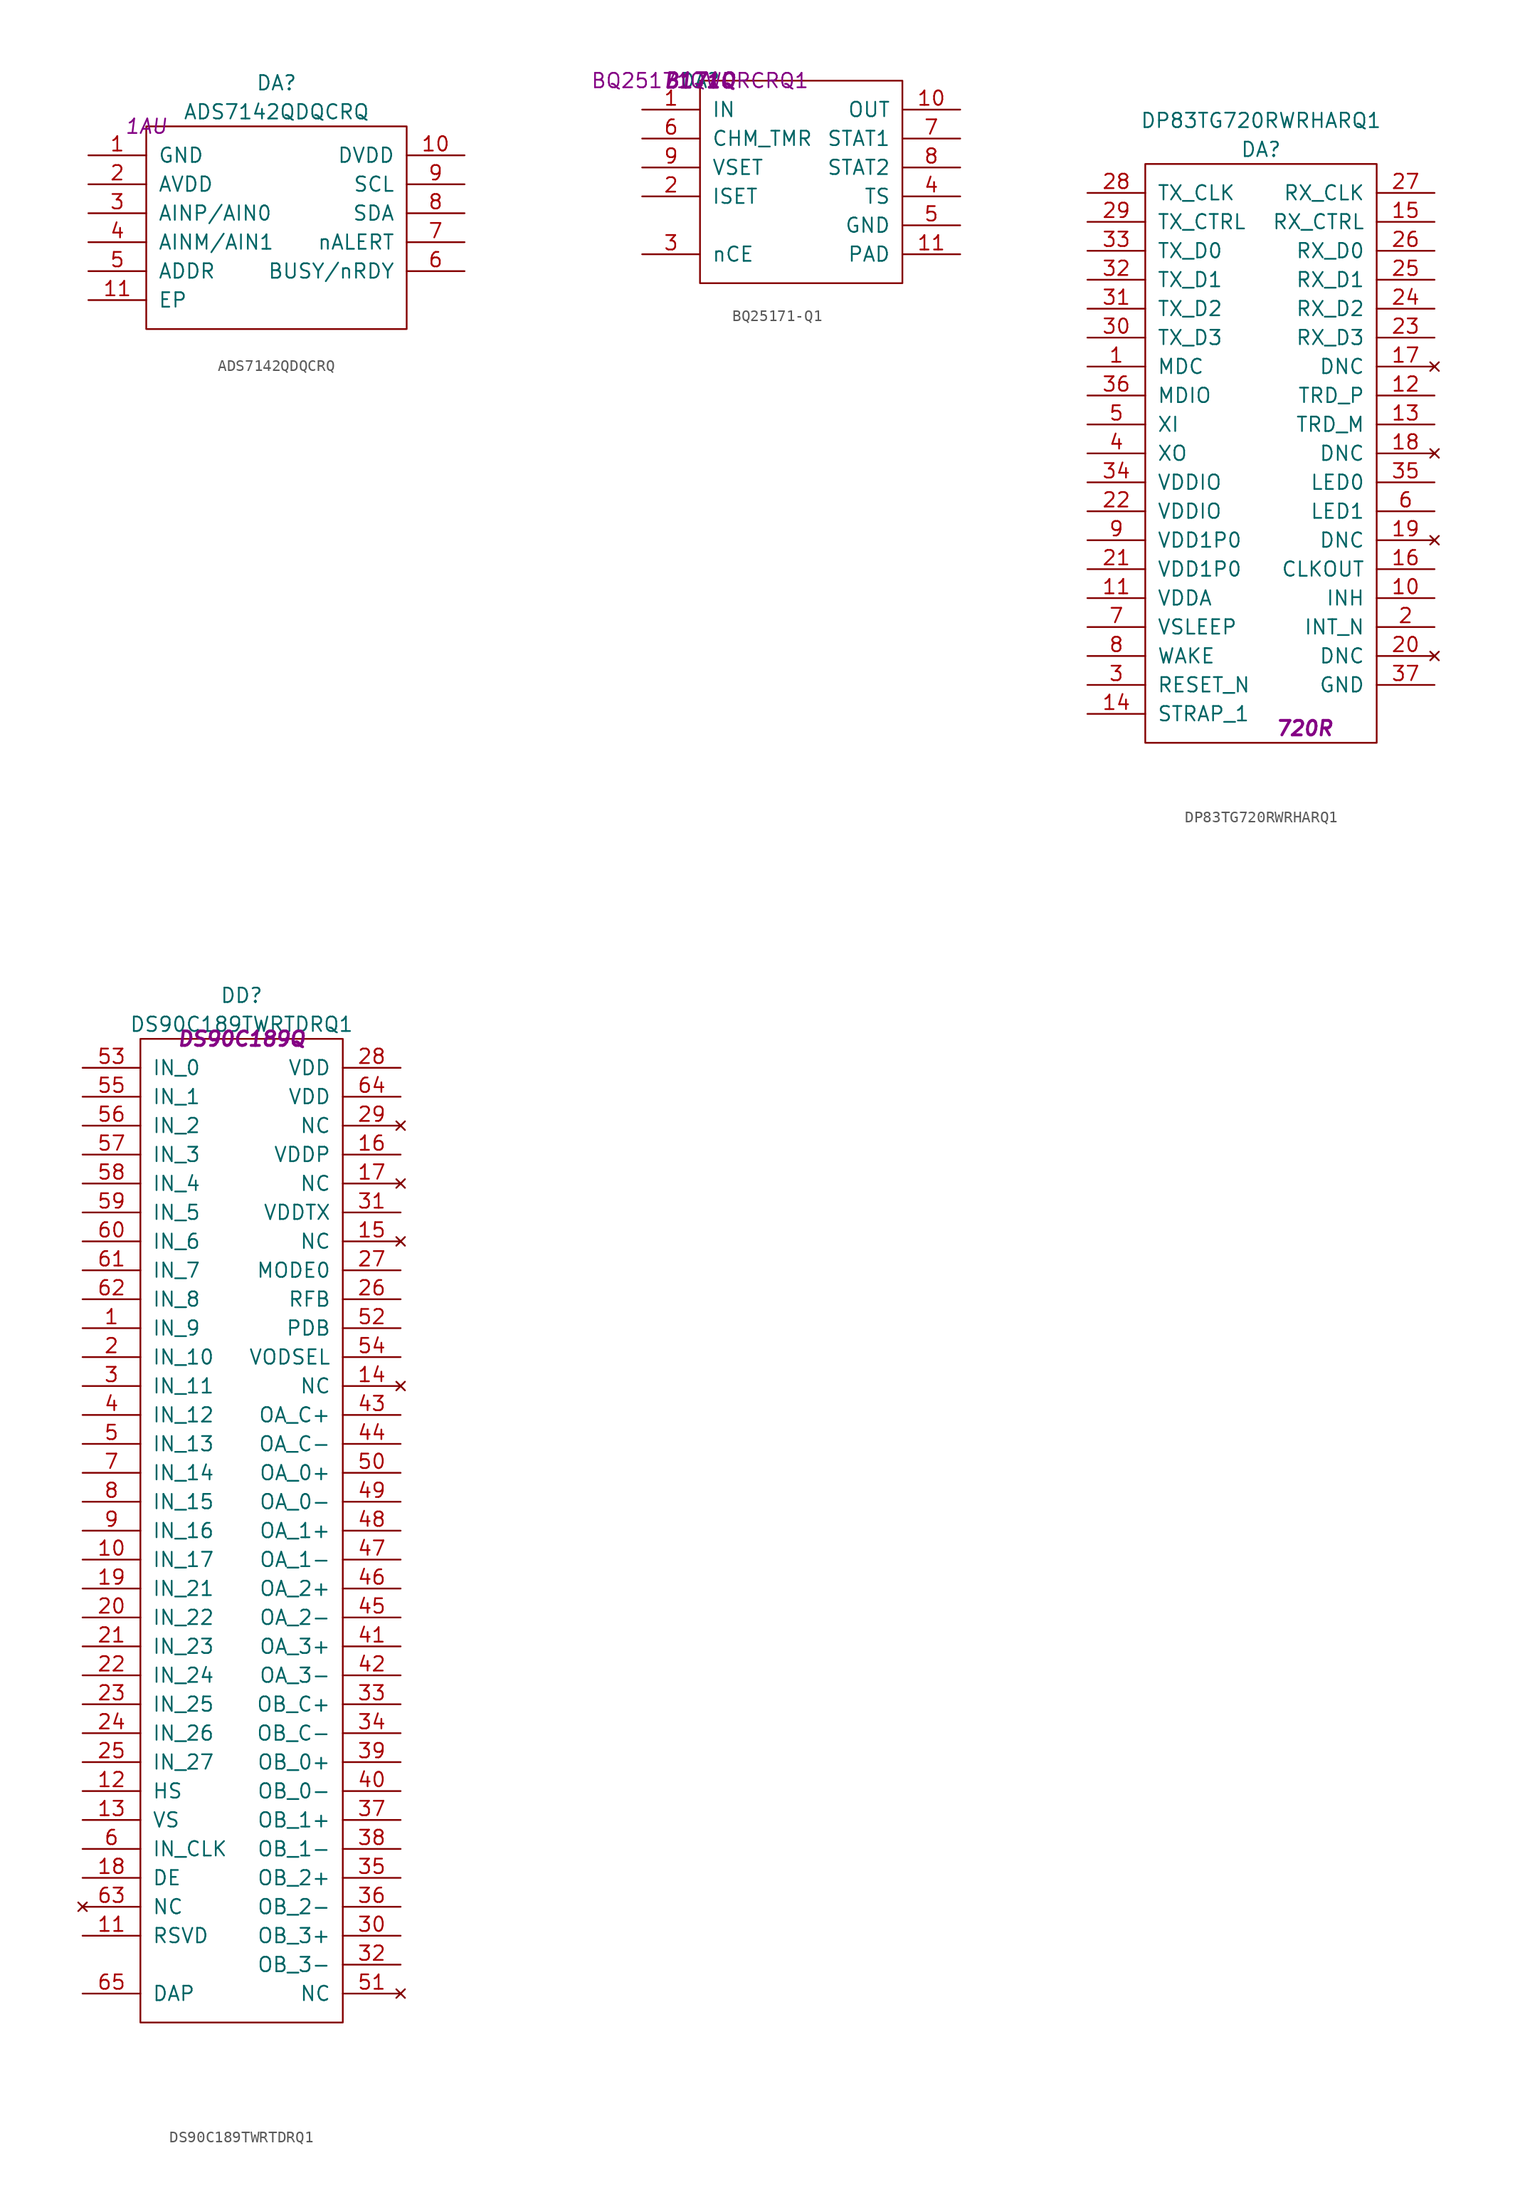
<source format=kicad_sym>
(kicad_symbol_lib
  (version 20211014)
  (generator kicad_symbol_editor)
  (symbol "ADS7142QDQCRQ"
    (pin_names
      (offset 1.016))
    (property "Reference" "DA"
      (at 11.43 3.81 0)
      (effects (font (size 1.27 1.27))))
    (property "Value" "ADS7142QDQCRQ"
      (at 11.43 1.27 0)
      (effects (font (size 1.27 1.27))))
    (property "Mark" "1AU"
      (at 0 0 0)
      (effects (font (size 1.27 1.27) italic)))
    (symbol "ADS7142QDQCRQ_0_1"
      (rectangle (start 0 0) (end 22.86 -17.78) (stroke (width 0) (type default) (color 0 0 0 0)) (fill (type none))))
    (symbol "ADS7142QDQCRQ_1_1"
      (pin passive line (at -5.08 -2.54 0) (length 5.08) (name "GND" (effects (font (size 1.27 1.27)))) (number "1" (effects (font (size 1.27 1.27)))))
      (pin passive line (at 27.94 -2.54 180) (length 5.08) (name "DVDD" (effects (font (size 1.27 1.27)))) (number "10" (effects (font (size 1.27 1.27)))))
      (pin passive line (at -5.08 -15.24 0) (length 5.08) (name "EP" (effects (font (size 1.27 1.27)))) (number "11" (effects (font (size 1.27 1.27)))))
      (pin passive line (at -5.08 -5.08 0) (length 5.08) (name "AVDD" (effects (font (size 1.27 1.27)))) (number "2" (effects (font (size 1.27 1.27)))))
      (pin passive line (at -5.08 -7.62 0) (length 5.08) (name "AINP/AIN0" (effects (font (size 1.27 1.27)))) (number "3" (effects (font (size 1.27 1.27)))))
      (pin passive line (at -5.08 -10.16 0) (length 5.08) (name "AINM/AIN1" (effects (font (size 1.27 1.27)))) (number "4" (effects (font (size 1.27 1.27)))))
      (pin passive line (at -5.08 -12.7 0) (length 5.08) (name "ADDR" (effects (font (size 1.27 1.27)))) (number "5" (effects (font (size 1.27 1.27)))))
      (pin passive line (at 27.94 -12.7 180) (length 5.08) (name "BUSY/nRDY" (effects (font (size 1.27 1.27)))) (number "6" (effects (font (size 1.27 1.27)))))
      (pin passive line (at 27.94 -10.16 180) (length 5.08) (name "nALERT" (effects (font (size 1.27 1.27)))) (number "7" (effects (font (size 1.27 1.27)))))
      (pin passive line (at 27.94 -7.62 180) (length 5.08) (name "SDA" (effects (font (size 1.27 1.27)))) (number "8" (effects (font (size 1.27 1.27)))))
      (pin passive line (at 27.94 -5.08 180) (length 5.08) (name "SCL" (effects (font (size 1.27 1.27)))) (number "9" (effects (font (size 1.27 1.27)))))))
  (symbol "BQ25171-Q1"
    (pin_names
      (offset 1.016))
    (property "Reference" "DA"
      (at 0 0 0)
      (effects (font (size 1.27 1.27))))
    (property "p/n" "BQ25171QWDRCRQ1"
      (at 0 0 0)
      (effects (font (size 1.27 1.27))))
    (property "Mark" "B171Q"
      (at 0 0 0)
      (effects (font (size 1.27 1.27) bold italic)))
    (symbol "BQ25171-Q1_0_1"
      (rectangle (start 0 0) (end 17.78 -17.78) (stroke (width 0) (type default) (color 0 0 0 0)) (fill (type none))))
    (symbol "BQ25171-Q1_1_1"
      (pin passive line (at -5.08 -2.54 0) (length 5.08) (name "IN" (effects (font (size 1.27 1.27)))) (number "1" (effects (font (size 1.27 1.27)))))
      (pin passive line (at 22.86 -2.54 180) (length 5.08) (name "OUT" (effects (font (size 1.27 1.27)))) (number "10" (effects (font (size 1.27 1.27)))))
      (pin passive line (at 22.86 -15.24 180) (length 5.08) (name "PAD" (effects (font (size 1.27 1.27)))) (number "11" (effects (font (size 1.27 1.27)))))
      (pin passive line (at -5.08 -10.16 0) (length 5.08) (name "ISET" (effects (font (size 1.27 1.27)))) (number "2" (effects (font (size 1.27 1.27)))))
      (pin passive line (at -5.08 -15.24 0) (length 5.08) (name "nCE" (effects (font (size 1.27 1.27)))) (number "3" (effects (font (size 1.27 1.27)))))
      (pin passive line (at 22.86 -10.16 180) (length 5.08) (name "TS" (effects (font (size 1.27 1.27)))) (number "4" (effects (font (size 1.27 1.27)))))
      (pin passive line (at 22.86 -12.7 180) (length 5.08) (name "GND" (effects (font (size 1.27 1.27)))) (number "5" (effects (font (size 1.27 1.27)))))
      (pin passive line (at -5.08 -5.08 0) (length 5.08) (name "CHM_TMR" (effects (font (size 1.27 1.27)))) (number "6" (effects (font (size 1.27 1.27)))))
      (pin passive line (at 22.86 -5.08 180) (length 5.08) (name "STAT1" (effects (font (size 1.27 1.27)))) (number "7" (effects (font (size 1.27 1.27)))))
      (pin passive line (at 22.86 -7.62 180) (length 5.08) (name "STAT2" (effects (font (size 1.27 1.27)))) (number "8" (effects (font (size 1.27 1.27)))))
      (pin passive line (at -5.08 -7.62 0) (length 5.08) (name "VSET" (effects (font (size 1.27 1.27)))) (number "9" (effects (font (size 1.27 1.27)))))))
  (symbol "DP83TG720RWRHARQ1"
    (pin_names
      (offset 1.016))
    (property "Reference" "DA"
      (at 0 1.27 0)
      (effects (font (size 1.27 1.27))))
    (property "Value" "DP83TG720RWRHARQ1"
      (at 0 3.81 0)
      (effects (font (size 1.27 1.27))))
    (property "Mark" "720R"
      (at 3.81 -49.53 0)
      (effects (font (size 1.27 1.27) bold italic)))
    (symbol "DP83TG720RWRHARQ1_0_1"
      (rectangle (start -10.16 0) (end 10.16 -50.8) (stroke (width 0) (type default) (color 0 0 0 0)) (fill (type none))))
    (symbol "DP83TG720RWRHARQ1_1_1"
      (pin passive line (at -15.24 -17.78 0) (length 5.08) (name "MDC" (effects (font (size 1.27 1.27)))) (number "1" (effects (font (size 1.27 1.27)))))
      (pin passive line (at 15.24 -38.1 180) (length 5.08) (name "INH" (effects (font (size 1.27 1.27)))) (number "10" (effects (font (size 1.27 1.27)))))
      (pin passive line (at -15.24 -38.1 0) (length 5.08) (name "VDDA" (effects (font (size 1.27 1.27)))) (number "11" (effects (font (size 1.27 1.27)))))
      (pin passive line (at 15.24 -20.32 180) (length 5.08) (name "TRD_P" (effects (font (size 1.27 1.27)))) (number "12" (effects (font (size 1.27 1.27)))))
      (pin passive line (at 15.24 -22.86 180) (length 5.08) (name "TRD_M" (effects (font (size 1.27 1.27)))) (number "13" (effects (font (size 1.27 1.27)))))
      (pin passive line (at -15.24 -48.26 0) (length 5.08) (name "STRAP_1" (effects (font (size 1.27 1.27)))) (number "14" (effects (font (size 1.27 1.27)))))
      (pin passive line (at 15.24 -5.08 180) (length 5.08) (name "RX_CTRL" (effects (font (size 1.27 1.27)))) (number "15" (effects (font (size 1.27 1.27)))))
      (pin passive line (at 15.24 -35.56 180) (length 5.08) (name "CLKOUT" (effects (font (size 1.27 1.27)))) (number "16" (effects (font (size 1.27 1.27)))))
      (pin no_connect line (at 15.24 -17.78 180) (length 5.08) (name "DNC" (effects (font (size 1.27 1.27)))) (number "17" (effects (font (size 1.27 1.27)))))
      (pin no_connect line (at 15.24 -25.4 180) (length 5.08) (name "DNC" (effects (font (size 1.27 1.27)))) (number "18" (effects (font (size 1.27 1.27)))))
      (pin no_connect line (at 15.24 -33.02 180) (length 5.08) (name "DNC" (effects (font (size 1.27 1.27)))) (number "19" (effects (font (size 1.27 1.27)))))
      (pin passive line (at 15.24 -40.64 180) (length 5.08) (name "INT_N" (effects (font (size 1.27 1.27)))) (number "2" (effects (font (size 1.27 1.27)))))
      (pin no_connect line (at 15.24 -43.18 180) (length 5.08) (name "DNC" (effects (font (size 1.27 1.27)))) (number "20" (effects (font (size 1.27 1.27)))))
      (pin passive line (at -15.24 -35.56 0) (length 5.08) (name "VDD1P0" (effects (font (size 1.27 1.27)))) (number "21" (effects (font (size 1.27 1.27)))))
      (pin passive line (at -15.24 -30.48 0) (length 5.08) (name "VDDIO" (effects (font (size 1.27 1.27)))) (number "22" (effects (font (size 1.27 1.27)))))
      (pin passive line (at 15.24 -15.24 180) (length 5.08) (name "RX_D3" (effects (font (size 1.27 1.27)))) (number "23" (effects (font (size 1.27 1.27)))))
      (pin passive line (at 15.24 -12.7 180) (length 5.08) (name "RX_D2" (effects (font (size 1.27 1.27)))) (number "24" (effects (font (size 1.27 1.27)))))
      (pin passive line (at 15.24 -10.16 180) (length 5.08) (name "RX_D1" (effects (font (size 1.27 1.27)))) (number "25" (effects (font (size 1.27 1.27)))))
      (pin passive line (at 15.24 -7.62 180) (length 5.08) (name "RX_D0" (effects (font (size 1.27 1.27)))) (number "26" (effects (font (size 1.27 1.27)))))
      (pin passive line (at 15.24 -2.54 180) (length 5.08) (name "RX_CLK" (effects (font (size 1.27 1.27)))) (number "27" (effects (font (size 1.27 1.27)))))
      (pin passive line (at -15.24 -2.54 0) (length 5.08) (name "TX_CLK" (effects (font (size 1.27 1.27)))) (number "28" (effects (font (size 1.27 1.27)))))
      (pin passive line (at -15.24 -5.08 0) (length 5.08) (name "TX_CTRL" (effects (font (size 1.27 1.27)))) (number "29" (effects (font (size 1.27 1.27)))))
      (pin passive line (at -15.24 -45.72 0) (length 5.08) (name "RESET_N" (effects (font (size 1.27 1.27)))) (number "3" (effects (font (size 1.27 1.27)))))
      (pin passive line (at -15.24 -15.24 0) (length 5.08) (name "TX_D3" (effects (font (size 1.27 1.27)))) (number "30" (effects (font (size 1.27 1.27)))))
      (pin passive line (at -15.24 -12.7 0) (length 5.08) (name "TX_D2" (effects (font (size 1.27 1.27)))) (number "31" (effects (font (size 1.27 1.27)))))
      (pin passive line (at -15.24 -10.16 0) (length 5.08) (name "TX_D1" (effects (font (size 1.27 1.27)))) (number "32" (effects (font (size 1.27 1.27)))))
      (pin passive line (at -15.24 -7.62 0) (length 5.08) (name "TX_D0" (effects (font (size 1.27 1.27)))) (number "33" (effects (font (size 1.27 1.27)))))
      (pin passive line (at -15.24 -27.94 0) (length 5.08) (name "VDDIO" (effects (font (size 1.27 1.27)))) (number "34" (effects (font (size 1.27 1.27)))))
      (pin passive line (at 15.24 -27.94 180) (length 5.08) (name "LED0" (effects (font (size 1.27 1.27)))) (number "35" (effects (font (size 1.27 1.27)))))
      (pin passive line (at -15.24 -20.32 0) (length 5.08) (name "MDIO" (effects (font (size 1.27 1.27)))) (number "36" (effects (font (size 1.27 1.27)))))
      (pin passive line (at 15.24 -45.72 180) (length 5.08) (name "GND" (effects (font (size 1.27 1.27)))) (number "37" (effects (font (size 1.27 1.27)))))
      (pin passive line (at -15.24 -25.4 0) (length 5.08) (name "XO" (effects (font (size 1.27 1.27)))) (number "4" (effects (font (size 1.27 1.27)))))
      (pin passive line (at -15.24 -22.86 0) (length 5.08) (name "XI" (effects (font (size 1.27 1.27)))) (number "5" (effects (font (size 1.27 1.27)))))
      (pin passive line (at 15.24 -30.48 180) (length 5.08) (name "LED1" (effects (font (size 1.27 1.27)))) (number "6" (effects (font (size 1.27 1.27)))))
      (pin passive line (at -15.24 -40.64 0) (length 5.08) (name "VSLEEP" (effects (font (size 1.27 1.27)))) (number "7" (effects (font (size 1.27 1.27)))))
      (pin passive line (at -15.24 -43.18 0) (length 5.08) (name "WAKE" (effects (font (size 1.27 1.27)))) (number "8" (effects (font (size 1.27 1.27)))))
      (pin passive line (at -15.24 -33.02 0) (length 5.08) (name "VDD1P0" (effects (font (size 1.27 1.27)))) (number "9" (effects (font (size 1.27 1.27)))))))
  (symbol "DS90C189TWRTDRQ1"
    (pin_names
      (offset 1.016))
    (property "Reference" "DD"
      (at 0 3.81 0)
      (effects (font (size 1.27 1.27))))
    (property "Value" "DS90C189TWRTDRQ1"
      (at 0 1.27 0)
      (effects (font (size 1.27 1.27))))
    (property "Mark" "DS90C189Q"
      (at 0 0 0)
      (effects (font (size 1.27 1.27) bold italic)))
    (symbol "DS90C189TWRTDRQ1_0_1"
      (rectangle (start -8.89 0) (end 8.89 -86.36) (stroke (width 0) (type default) (color 0 0 0 0)) (fill (type none))))
    (symbol "DS90C189TWRTDRQ1_1_1"
      (pin passive line (at -13.97 -25.4 0) (length 5.08) (name "IN_9" (effects (font (size 1.27 1.27)))) (number "1" (effects (font (size 1.27 1.27)))))
      (pin passive line (at -13.97 -45.72 0) (length 5.08) (name "IN_17" (effects (font (size 1.27 1.27)))) (number "10" (effects (font (size 1.27 1.27)))))
      (pin passive line (at -13.97 -78.74 0) (length 5.08) (name "RSVD" (effects (font (size 1.27 1.27)))) (number "11" (effects (font (size 1.27 1.27)))))
      (pin passive line (at -13.97 -66.04 0) (length 5.08) (name "HS" (effects (font (size 1.27 1.27)))) (number "12" (effects (font (size 1.27 1.27)))))
      (pin passive line (at -13.97 -68.58 0) (length 5.08) (name "VS" (effects (font (size 1.27 1.27)))) (number "13" (effects (font (size 1.27 1.27)))))
      (pin no_connect line (at 13.97 -30.48 180) (length 5.08) (name "NC" (effects (font (size 1.27 1.27)))) (number "14" (effects (font (size 1.27 1.27)))))
      (pin no_connect line (at 13.97 -17.78 180) (length 5.08) (name "NC" (effects (font (size 1.27 1.27)))) (number "15" (effects (font (size 1.27 1.27)))))
      (pin passive line (at 13.97 -10.16 180) (length 5.08) (name "VDDP" (effects (font (size 1.27 1.27)))) (number "16" (effects (font (size 1.27 1.27)))))
      (pin no_connect line (at 13.97 -12.7 180) (length 5.08) (name "NC" (effects (font (size 1.27 1.27)))) (number "17" (effects (font (size 1.27 1.27)))))
      (pin passive line (at -13.97 -73.66 0) (length 5.08) (name "DE" (effects (font (size 1.27 1.27)))) (number "18" (effects (font (size 1.27 1.27)))))
      (pin passive line (at -13.97 -48.26 0) (length 5.08) (name "IN_21" (effects (font (size 1.27 1.27)))) (number "19" (effects (font (size 1.27 1.27)))))
      (pin passive line (at -13.97 -27.94 0) (length 5.08) (name "IN_10" (effects (font (size 1.27 1.27)))) (number "2" (effects (font (size 1.27 1.27)))))
      (pin passive line (at -13.97 -50.8 0) (length 5.08) (name "IN_22" (effects (font (size 1.27 1.27)))) (number "20" (effects (font (size 1.27 1.27)))))
      (pin passive line (at -13.97 -53.34 0) (length 5.08) (name "IN_23" (effects (font (size 1.27 1.27)))) (number "21" (effects (font (size 1.27 1.27)))))
      (pin passive line (at -13.97 -55.88 0) (length 5.08) (name "IN_24" (effects (font (size 1.27 1.27)))) (number "22" (effects (font (size 1.27 1.27)))))
      (pin passive line (at -13.97 -58.42 0) (length 5.08) (name "IN_25" (effects (font (size 1.27 1.27)))) (number "23" (effects (font (size 1.27 1.27)))))
      (pin passive line (at -13.97 -60.96 0) (length 5.08) (name "IN_26" (effects (font (size 1.27 1.27)))) (number "24" (effects (font (size 1.27 1.27)))))
      (pin passive line (at -13.97 -63.5 0) (length 5.08) (name "IN_27" (effects (font (size 1.27 1.27)))) (number "25" (effects (font (size 1.27 1.27)))))
      (pin passive line (at 13.97 -22.86 180) (length 5.08) (name "RFB" (effects (font (size 1.27 1.27)))) (number "26" (effects (font (size 1.27 1.27)))))
      (pin passive line (at 13.97 -20.32 180) (length 5.08) (name "MODE0" (effects (font (size 1.27 1.27)))) (number "27" (effects (font (size 1.27 1.27)))))
      (pin passive line (at 13.97 -2.54 180) (length 5.08) (name "VDD" (effects (font (size 1.27 1.27)))) (number "28" (effects (font (size 1.27 1.27)))))
      (pin no_connect line (at 13.97 -7.62 180) (length 5.08) (name "NC" (effects (font (size 1.27 1.27)))) (number "29" (effects (font (size 1.27 1.27)))))
      (pin passive line (at -13.97 -30.48 0) (length 5.08) (name "IN_11" (effects (font (size 1.27 1.27)))) (number "3" (effects (font (size 1.27 1.27)))))
      (pin passive line (at 13.97 -78.74 180) (length 5.08) (name "OB_3+" (effects (font (size 1.27 1.27)))) (number "30" (effects (font (size 1.27 1.27)))))
      (pin passive line (at 13.97 -15.24 180) (length 5.08) (name "VDDTX" (effects (font (size 1.27 1.27)))) (number "31" (effects (font (size 1.27 1.27)))))
      (pin passive line (at 13.97 -81.28 180) (length 5.08) (name "OB_3-" (effects (font (size 1.27 1.27)))) (number "32" (effects (font (size 1.27 1.27)))))
      (pin passive line (at 13.97 -58.42 180) (length 5.08) (name "OB_C+" (effects (font (size 1.27 1.27)))) (number "33" (effects (font (size 1.27 1.27)))))
      (pin passive line (at 13.97 -60.96 180) (length 5.08) (name "OB_C-" (effects (font (size 1.27 1.27)))) (number "34" (effects (font (size 1.27 1.27)))))
      (pin passive line (at 13.97 -73.66 180) (length 5.08) (name "OB_2+" (effects (font (size 1.27 1.27)))) (number "35" (effects (font (size 1.27 1.27)))))
      (pin passive line (at 13.97 -76.2 180) (length 5.08) (name "OB_2-" (effects (font (size 1.27 1.27)))) (number "36" (effects (font (size 1.27 1.27)))))
      (pin passive line (at 13.97 -68.58 180) (length 5.08) (name "OB_1+" (effects (font (size 1.27 1.27)))) (number "37" (effects (font (size 1.27 1.27)))))
      (pin passive line (at 13.97 -71.12 180) (length 5.08) (name "OB_1-" (effects (font (size 1.27 1.27)))) (number "38" (effects (font (size 1.27 1.27)))))
      (pin passive line (at 13.97 -63.5 180) (length 5.08) (name "OB_0+" (effects (font (size 1.27 1.27)))) (number "39" (effects (font (size 1.27 1.27)))))
      (pin passive line (at -13.97 -33.02 0) (length 5.08) (name "IN_12" (effects (font (size 1.27 1.27)))) (number "4" (effects (font (size 1.27 1.27)))))
      (pin passive line (at 13.97 -66.04 180) (length 5.08) (name "OB_0-" (effects (font (size 1.27 1.27)))) (number "40" (effects (font (size 1.27 1.27)))))
      (pin passive line (at 13.97 -53.34 180) (length 5.08) (name "OA_3+" (effects (font (size 1.27 1.27)))) (number "41" (effects (font (size 1.27 1.27)))))
      (pin passive line (at 13.97 -55.88 180) (length 5.08) (name "OA_3-" (effects (font (size 1.27 1.27)))) (number "42" (effects (font (size 1.27 1.27)))))
      (pin passive line (at 13.97 -33.02 180) (length 5.08) (name "OA_C+" (effects (font (size 1.27 1.27)))) (number "43" (effects (font (size 1.27 1.27)))))
      (pin passive line (at 13.97 -35.56 180) (length 5.08) (name "OA_C-" (effects (font (size 1.27 1.27)))) (number "44" (effects (font (size 1.27 1.27)))))
      (pin passive line (at 13.97 -50.8 180) (length 5.08) (name "OA_2-" (effects (font (size 1.27 1.27)))) (number "45" (effects (font (size 1.27 1.27)))))
      (pin passive line (at 13.97 -48.26 180) (length 5.08) (name "OA_2+" (effects (font (size 1.27 1.27)))) (number "46" (effects (font (size 1.27 1.27)))))
      (pin passive line (at 13.97 -45.72 180) (length 5.08) (name "OA_1-" (effects (font (size 1.27 1.27)))) (number "47" (effects (font (size 1.27 1.27)))))
      (pin passive line (at 13.97 -43.18 180) (length 5.08) (name "OA_1+" (effects (font (size 1.27 1.27)))) (number "48" (effects (font (size 1.27 1.27)))))
      (pin passive line (at 13.97 -40.64 180) (length 5.08) (name "OA_0-" (effects (font (size 1.27 1.27)))) (number "49" (effects (font (size 1.27 1.27)))))
      (pin passive line (at -13.97 -35.56 0) (length 5.08) (name "IN_13" (effects (font (size 1.27 1.27)))) (number "5" (effects (font (size 1.27 1.27)))))
      (pin passive line (at 13.97 -38.1 180) (length 5.08) (name "OA_0+" (effects (font (size 1.27 1.27)))) (number "50" (effects (font (size 1.27 1.27)))))
      (pin no_connect line (at 13.97 -83.82 180) (length 5.08) (name "NC" (effects (font (size 1.27 1.27)))) (number "51" (effects (font (size 1.27 1.27)))))
      (pin passive line (at 13.97 -25.4 180) (length 5.08) (name "PDB" (effects (font (size 1.27 1.27)))) (number "52" (effects (font (size 1.27 1.27)))))
      (pin passive line (at -13.97 -2.54 0) (length 5.08) (name "IN_0" (effects (font (size 1.27 1.27)))) (number "53" (effects (font (size 1.27 1.27)))))
      (pin passive line (at 13.97 -27.94 180) (length 5.08) (name "VODSEL" (effects (font (size 1.27 1.27)))) (number "54" (effects (font (size 1.27 1.27)))))
      (pin passive line (at -13.97 -5.08 0) (length 5.08) (name "IN_1" (effects (font (size 1.27 1.27)))) (number "55" (effects (font (size 1.27 1.27)))))
      (pin passive line (at -13.97 -7.62 0) (length 5.08) (name "IN_2" (effects (font (size 1.27 1.27)))) (number "56" (effects (font (size 1.27 1.27)))))
      (pin passive line (at -13.97 -10.16 0) (length 5.08) (name "IN_3" (effects (font (size 1.27 1.27)))) (number "57" (effects (font (size 1.27 1.27)))))
      (pin passive line (at -13.97 -12.7 0) (length 5.08) (name "IN_4" (effects (font (size 1.27 1.27)))) (number "58" (effects (font (size 1.27 1.27)))))
      (pin passive line (at -13.97 -15.24 0) (length 5.08) (name "IN_5" (effects (font (size 1.27 1.27)))) (number "59" (effects (font (size 1.27 1.27)))))
      (pin passive line (at -13.97 -71.12 0) (length 5.08) (name "IN_CLK" (effects (font (size 1.27 1.27)))) (number "6" (effects (font (size 1.27 1.27)))))
      (pin passive line (at -13.97 -17.78 0) (length 5.08) (name "IN_6" (effects (font (size 1.27 1.27)))) (number "60" (effects (font (size 1.27 1.27)))))
      (pin passive line (at -13.97 -20.32 0) (length 5.08) (name "IN_7" (effects (font (size 1.27 1.27)))) (number "61" (effects (font (size 1.27 1.27)))))
      (pin passive line (at -13.97 -22.86 0) (length 5.08) (name "IN_8" (effects (font (size 1.27 1.27)))) (number "62" (effects (font (size 1.27 1.27)))))
      (pin no_connect line (at -13.97 -76.2 0) (length 5.08) (name "NC" (effects (font (size 1.27 1.27)))) (number "63" (effects (font (size 1.27 1.27)))))
      (pin passive line (at 13.97 -5.08 180) (length 5.08) (name "VDD" (effects (font (size 1.27 1.27)))) (number "64" (effects (font (size 1.27 1.27)))))
      (pin passive line (at -13.97 -83.82 0) (length 5.08) (name "DAP" (effects (font (size 1.27 1.27)))) (number "65" (effects (font (size 1.27 1.27)))))
      (pin passive line (at -13.97 -38.1 0) (length 5.08) (name "IN_14" (effects (font (size 1.27 1.27)))) (number "7" (effects (font (size 1.27 1.27)))))
      (pin passive line (at -13.97 -40.64 0) (length 5.08) (name "IN_15" (effects (font (size 1.27 1.27)))) (number "8" (effects (font (size 1.27 1.27)))))
      (pin passive line (at -13.97 -43.18 0) (length 5.08) (name "IN_16" (effects (font (size 1.27 1.27)))) (number "9" (effects (font (size 1.27 1.27))))))))
</source>
